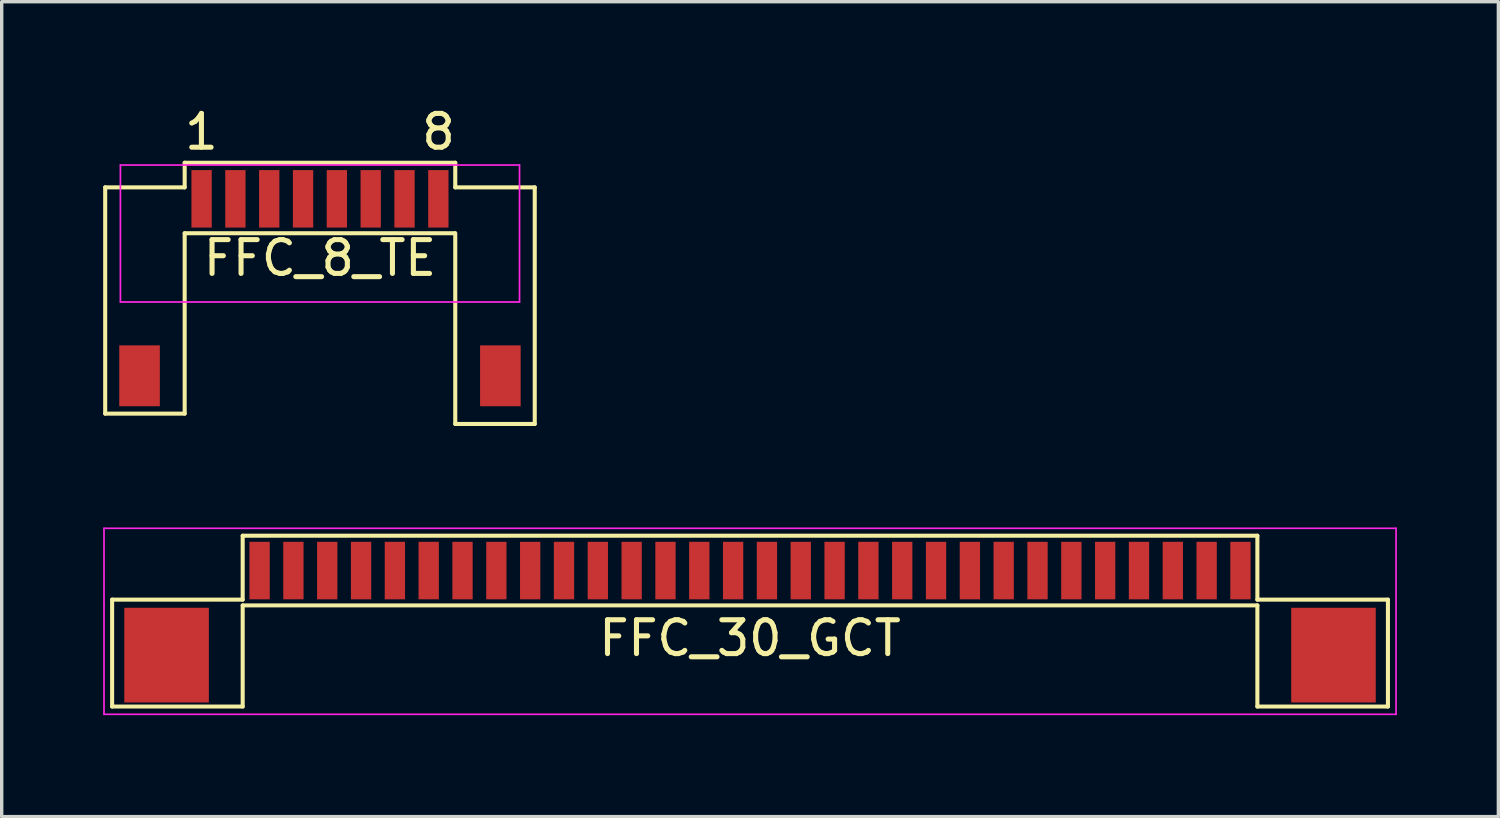
<source format=kicad_pcb>
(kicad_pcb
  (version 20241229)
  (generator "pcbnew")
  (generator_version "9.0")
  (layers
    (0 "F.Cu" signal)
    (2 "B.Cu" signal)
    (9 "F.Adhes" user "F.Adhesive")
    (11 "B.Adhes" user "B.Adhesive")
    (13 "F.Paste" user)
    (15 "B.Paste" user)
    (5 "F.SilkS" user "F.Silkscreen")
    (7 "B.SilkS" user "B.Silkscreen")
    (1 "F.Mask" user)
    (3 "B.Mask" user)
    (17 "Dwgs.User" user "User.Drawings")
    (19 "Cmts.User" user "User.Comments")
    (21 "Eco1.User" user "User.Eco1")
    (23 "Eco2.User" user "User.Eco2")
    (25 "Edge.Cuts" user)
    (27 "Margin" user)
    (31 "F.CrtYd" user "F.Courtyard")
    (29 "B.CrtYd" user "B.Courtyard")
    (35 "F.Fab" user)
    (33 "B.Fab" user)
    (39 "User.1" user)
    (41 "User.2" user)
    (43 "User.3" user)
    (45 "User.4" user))
  (footprint "FFC_30_GCT"
    (layer "F.Cu")
    (at 19.125 13.819)
    (property "Reference" "FFC_30_GCT" (at 0 2 0) (layer "F.SilkS") (effects (font (size 1 1) (thickness 0.15))))
    (attr smd)
    (fp_line (start -18.86 0.86) (end -15 0.86) (stroke (width 0.12) (type solid)) (layer "F.SilkS"))
    (fp_line (start -18.86 4.02) (end -18.86 0.86) (stroke (width 0.12) (type solid)) (layer "F.SilkS"))
    (fp_line (start -15 -1.03) (end 15 -1.03) (stroke (width 0.12) (type solid)) (layer "F.SilkS"))
    (fp_line (start -15 0.86) (end -15 -1.03) (stroke (width 0.12) (type solid)) (layer "F.SilkS"))
    (fp_line (start -15 1.03) (end -15 4.02) (stroke (width 0.12) (type solid)) (layer "F.SilkS"))
    (fp_line (start -15 1.03) (end 15 1.03) (stroke (width 0.12) (type solid)) (layer "F.SilkS"))
    (fp_line (start -15 4.02) (end -18.86 4.02) (stroke (width 0.12) (type solid)) (layer "F.SilkS"))
    (fp_line (start 15 0.86) (end 15 -1.03) (stroke (width 0.12) (type solid)) (layer "F.SilkS"))
    (fp_line (start 15 1.03) (end 15 4.02) (stroke (width 0.12) (type solid)) (layer "F.SilkS"))
    (fp_line (start 15 4.02) (end 18.86 4.02) (stroke (width 0.12) (type solid)) (layer "F.SilkS"))
    (fp_line (start 18.86 0.86) (end 15 0.86) (stroke (width 0.12) (type solid)) (layer "F.SilkS"))
    (fp_line (start 18.86 4.02) (end 18.86 0.86) (stroke (width 0.12) (type solid)) (layer "F.SilkS"))
    (fp_line (start -19.1 -1.25) (end -19.1 4.25) (stroke (width 0.05) (type solid)) (layer "F.CrtYd"))
    (fp_line (start -19.1 -1.25) (end 19.1 -1.25) (stroke (width 0.05) (type solid)) (layer "F.CrtYd"))
    (fp_line (start -19.1 4.25) (end 19.1 4.25) (stroke (width 0.05) (type solid)) (layer "F.CrtYd"))
    (fp_line (start 19.1 -1.25) (end 19.1 4.25) (stroke (width 0.05) (type solid)) (layer "F.CrtYd"))
    (pad "0" smd rect (at -17.25 2.5) (size 2.5 2.8) (layers "F.Cu" "F.Mask" "F.Paste"))
    (pad "0" smd rect (at 17.25 2.5) (size 2.5 2.8) (layers "F.Cu" "F.Mask" "F.Paste"))
    (pad "1" smd rect (at -14.5 0) (size 0.6 1.7) (layers "F.Cu" "F.Mask" "F.Paste"))
    (pad "2" smd rect (at -13.5 0) (size 0.6 1.7) (layers "F.Cu" "F.Mask" "F.Paste"))
    (pad "3" smd rect (at -12.5 0) (size 0.6 1.7) (layers "F.Cu" "F.Mask" "F.Paste"))
    (pad "4" smd rect (at -11.5 0) (size 0.6 1.7) (layers "F.Cu" "F.Mask" "F.Paste"))
    (pad "5" smd rect (at -10.5 0) (size 0.6 1.7) (layers "F.Cu" "F.Mask" "F.Paste"))
    (pad "6" smd rect (at -9.5 0) (size 0.6 1.7) (layers "F.Cu" "F.Mask" "F.Paste"))
    (pad "7" smd rect (at -8.5 0) (size 0.6 1.7) (layers "F.Cu" "F.Mask" "F.Paste"))
    (pad "8" smd rect (at -7.5 0) (size 0.6 1.7) (layers "F.Cu" "F.Mask" "F.Paste"))
    (pad "9" smd rect (at -6.5 0) (size 0.6 1.7) (layers "F.Cu" "F.Mask" "F.Paste"))
    (pad "10" smd rect (at -5.5 0) (size 0.6 1.7) (layers "F.Cu" "F.Mask" "F.Paste"))
    (pad "11" smd rect (at -4.5 0) (size 0.6 1.7) (layers "F.Cu" "F.Mask" "F.Paste"))
    (pad "12" smd rect (at -3.5 0) (size 0.6 1.7) (layers "F.Cu" "F.Mask" "F.Paste"))
    (pad "13" smd rect (at -2.5 0) (size 0.6 1.7) (layers "F.Cu" "F.Mask" "F.Paste"))
    (pad "14" smd rect (at -1.5 0) (size 0.6 1.7) (layers "F.Cu" "F.Mask" "F.Paste"))
    (pad "15" smd rect (at -0.5 0) (size 0.6 1.7) (layers "F.Cu" "F.Mask" "F.Paste"))
    (pad "16" smd rect (at 0.5 0) (size 0.6 1.7) (layers "F.Cu" "F.Mask" "F.Paste"))
    (pad "17" smd rect (at 1.5 0) (size 0.6 1.7) (layers "F.Cu" "F.Mask" "F.Paste"))
    (pad "18" smd rect (at 2.5 0) (size 0.6 1.7) (layers "F.Cu" "F.Mask" "F.Paste"))
    (pad "19" smd rect (at 3.5 0) (size 0.6 1.7) (layers "F.Cu" "F.Mask" "F.Paste"))
    (pad "20" smd rect (at 4.5 0) (size 0.6 1.7) (layers "F.Cu" "F.Mask" "F.Paste"))
    (pad "21" smd rect (at 5.5 0) (size 0.6 1.7) (layers "F.Cu" "F.Mask" "F.Paste"))
    (pad "22" smd rect (at 6.5 0) (size 0.6 1.7) (layers "F.Cu" "F.Mask" "F.Paste"))
    (pad "23" smd rect (at 7.5 0) (size 0.6 1.7) (layers "F.Cu" "F.Mask" "F.Paste"))
    (pad "24" smd rect (at 8.5 0) (size 0.6 1.7) (layers "F.Cu" "F.Mask" "F.Paste"))
    (pad "25" smd rect (at 9.5 0) (size 0.6 1.7) (layers "F.Cu" "F.Mask" "F.Paste"))
    (pad "26" smd rect (at 10.5 0) (size 0.6 1.7) (layers "F.Cu" "F.Mask" "F.Paste"))
    (pad "27" smd rect (at 11.5 0) (size 0.6 1.7) (layers "F.Cu" "F.Mask" "F.Paste"))
    (pad "28" smd rect (at 12.5 0) (size 0.6 1.7) (layers "F.Cu" "F.Mask" "F.Paste"))
    (pad "29" smd rect (at 13.5 0) (size 0.6 1.7) (layers "F.Cu" "F.Mask" "F.Paste"))
    (pad "30" smd rect (at 14.5 0) (size 0.6 1.7) (layers "F.Cu" "F.Mask" "F.Paste")))
  (footprint "FFC_8_TE"
    (layer "F.Cu")
    (at 6.41 2.829)
    (property "Reference" "FFC_8_TE" (at 0 1.75 0) (layer "F.SilkS") (effects (font (size 1 1) (thickness 0.15))))
    (attr smd)
    (fp_line (start -6.35 -0.34) (end -4 -0.34) (stroke (width 0.12) (type solid)) (layer "F.SilkS"))
    (fp_line (start -6.35 6.35) (end -6.35 -0.34) (stroke (width 0.12) (type solid)) (layer "F.SilkS"))
    (fp_line (start -4 -1.067) (end 4 -1.067) (stroke (width 0.12) (type solid)) (layer "F.SilkS"))
    (fp_line (start -4 -0.34) (end -4 -1.067) (stroke (width 0.12) (type solid)) (layer "F.SilkS"))
    (fp_line (start -4 1.016) (end -4 6.35) (stroke (width 0.12) (type solid)) (layer "F.SilkS"))
    (fp_line (start -4 1.016) (end 3.987 1.016) (stroke (width 0.12) (type solid)) (layer "F.SilkS"))
    (fp_line (start -4 6.35) (end -6.35 6.35) (stroke (width 0.12) (type solid)) (layer "F.SilkS"))
    (fp_line (start 4 -0.34) (end 4 -1.067) (stroke (width 0.12) (type solid)) (layer "F.SilkS"))
    (fp_line (start 4 1.016) (end 4 6.655) (stroke (width 0.12) (type solid)) (layer "F.SilkS"))
    (fp_line (start 4 6.655) (end 6.35 6.655) (stroke (width 0.12) (type solid)) (layer "F.SilkS"))
    (fp_line (start 6.35 -0.34) (end 4 -0.34) (stroke (width 0.12) (type solid)) (layer "F.SilkS"))
    (fp_line (start 6.35 6.655) (end 6.35 -0.34) (stroke (width 0.12) (type solid)) (layer "F.SilkS"))
    (fp_line (start -5.9 -1) (end -5.9 3.05) (stroke (width 0.05) (type solid)) (layer "F.CrtYd"))
    (fp_line (start -5.9 -1) (end 5.9 -1) (stroke (width 0.05) (type solid)) (layer "F.CrtYd"))
    (fp_line (start -5.9 3.05) (end 5.9 3.05) (stroke (width 0.05) (type solid)) (layer "F.CrtYd"))
    (fp_line (start 5.9 -1) (end 5.9 3.05) (stroke (width 0.05) (type solid)) (layer "F.CrtYd"))
    (fp_text user "8" (at 3.505 -1.981 0) (layer "F.SilkS") (effects (font (size 1 1) (thickness 0.15))))
    (fp_text user "1" (at -3.505 -1.981 0) (layer "F.SilkS") (effects (font (size 1 1) (thickness 0.15))))
    (pad "0" smd rect (at -5.334 5.232) (size 1.2 1.8) (layers "F.Cu" "F.Mask" "F.Paste"))
    (pad "0" smd rect (at 5.334 5.232) (size 1.2 1.8) (layers "F.Cu" "F.Mask" "F.Paste"))
    (pad "1" smd rect (at -3.5 0) (size 0.6 1.7) (layers "F.Cu" "F.Mask" "F.Paste"))
    (pad "2" smd rect (at -2.5 0) (size 0.6 1.7) (layers "F.Cu" "F.Mask" "F.Paste"))
    (pad "3" smd rect (at -1.5 0) (size 0.6 1.7) (layers "F.Cu" "F.Mask" "F.Paste"))
    (pad "4" smd rect (at -0.5 0) (size 0.6 1.7) (layers "F.Cu" "F.Mask" "F.Paste"))
    (pad "5" smd rect (at 0.5 0) (size 0.6 1.7) (layers "F.Cu" "F.Mask" "F.Paste"))
    (pad "6" smd rect (at 1.5 0) (size 0.6 1.7) (layers "F.Cu" "F.Mask" "F.Paste"))
    (pad "7" smd rect (at 2.5 0) (size 0.6 1.7) (layers "F.Cu" "F.Mask" "F.Paste"))
    (pad "8" smd rect (at 3.5 0) (size 0.6 1.7) (layers "F.Cu" "F.Mask" "F.Paste")))
  (gr_rect
    (start -3 -3)
    (end 41.25 21.094)
    (stroke (width 0.1) (type default))
    (fill no)
    (layer "Edge.Cuts")))
</source>
